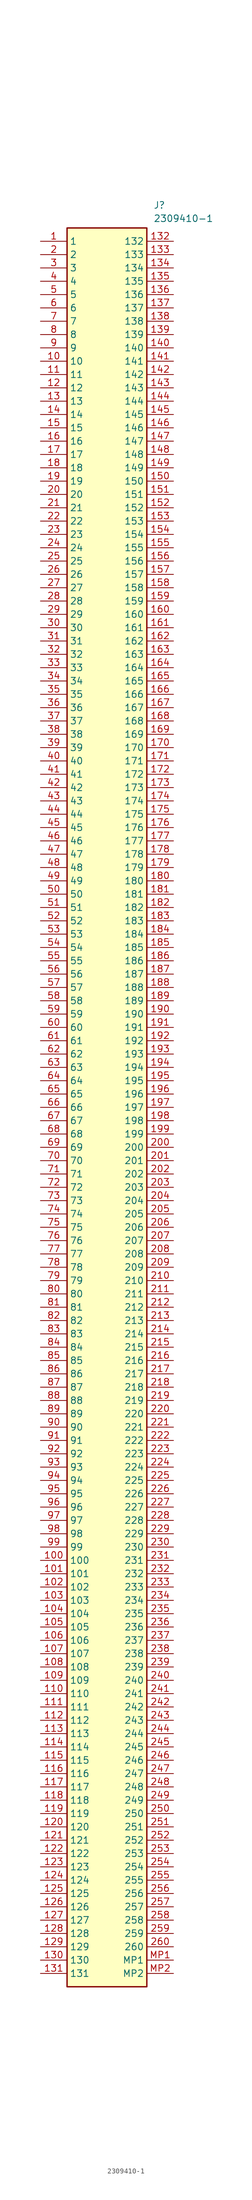
<source format=kicad_sym>
(kicad_symbol_lib
  (version 20241209)
  (generator "kicad_symbol_editor")
  (generator_version "9.0")
  (symbol "2309410-1"
    (property "Reference" "J"
      (at 21.59 7.62 0)
      (effects (font (size 1.27 1.27)) (justify left top)))
    (property "Value" "2309410-1"
      (at 21.59 5.08 0)
      (effects (font (size 1.27 1.27)) (justify left top)))
    (symbol "2309410-1_1_1"
      (rectangle (start 5.08 2.54) (end 20.32 -332.74) (stroke (width 0.254) (type default)) (fill (type background)))
      (pin passive line (at 0 0 0) (length 5.08) (name "1" (effects (font (size 1.27 1.27)))) (number "1" (effects (font (size 1.27 1.27)))))
      (pin passive line (at 0 -2.54 0) (length 5.08) (name "2" (effects (font (size 1.27 1.27)))) (number "2" (effects (font (size 1.27 1.27)))))
      (pin passive line (at 0 -5.08 0) (length 5.08) (name "3" (effects (font (size 1.27 1.27)))) (number "3" (effects (font (size 1.27 1.27)))))
      (pin passive line (at 0 -7.62 0) (length 5.08) (name "4" (effects (font (size 1.27 1.27)))) (number "4" (effects (font (size 1.27 1.27)))))
      (pin passive line (at 0 -10.16 0) (length 5.08) (name "5" (effects (font (size 1.27 1.27)))) (number "5" (effects (font (size 1.27 1.27)))))
      (pin passive line (at 0 -12.7 0) (length 5.08) (name "6" (effects (font (size 1.27 1.27)))) (number "6" (effects (font (size 1.27 1.27)))))
      (pin passive line (at 0 -15.24 0) (length 5.08) (name "7" (effects (font (size 1.27 1.27)))) (number "7" (effects (font (size 1.27 1.27)))))
      (pin passive line (at 0 -17.78 0) (length 5.08) (name "8" (effects (font (size 1.27 1.27)))) (number "8" (effects (font (size 1.27 1.27)))))
      (pin passive line (at 0 -20.32 0) (length 5.08) (name "9" (effects (font (size 1.27 1.27)))) (number "9" (effects (font (size 1.27 1.27)))))
      (pin passive line (at 0 -22.86 0) (length 5.08) (name "10" (effects (font (size 1.27 1.27)))) (number "10" (effects (font (size 1.27 1.27)))))
      (pin passive line (at 0 -25.4 0) (length 5.08) (name "11" (effects (font (size 1.27 1.27)))) (number "11" (effects (font (size 1.27 1.27)))))
      (pin passive line (at 0 -27.94 0) (length 5.08) (name "12" (effects (font (size 1.27 1.27)))) (number "12" (effects (font (size 1.27 1.27)))))
      (pin passive line (at 0 -30.48 0) (length 5.08) (name "13" (effects (font (size 1.27 1.27)))) (number "13" (effects (font (size 1.27 1.27)))))
      (pin passive line (at 0 -33.02 0) (length 5.08) (name "14" (effects (font (size 1.27 1.27)))) (number "14" (effects (font (size 1.27 1.27)))))
      (pin passive line (at 0 -35.56 0) (length 5.08) (name "15" (effects (font (size 1.27 1.27)))) (number "15" (effects (font (size 1.27 1.27)))))
      (pin passive line (at 0 -38.1 0) (length 5.08) (name "16" (effects (font (size 1.27 1.27)))) (number "16" (effects (font (size 1.27 1.27)))))
      (pin passive line (at 0 -40.64 0) (length 5.08) (name "17" (effects (font (size 1.27 1.27)))) (number "17" (effects (font (size 1.27 1.27)))))
      (pin passive line (at 0 -43.18 0) (length 5.08) (name "18" (effects (font (size 1.27 1.27)))) (number "18" (effects (font (size 1.27 1.27)))))
      (pin passive line (at 0 -45.72 0) (length 5.08) (name "19" (effects (font (size 1.27 1.27)))) (number "19" (effects (font (size 1.27 1.27)))))
      (pin passive line (at 0 -48.26 0) (length 5.08) (name "20" (effects (font (size 1.27 1.27)))) (number "20" (effects (font (size 1.27 1.27)))))
      (pin passive line (at 0 -50.8 0) (length 5.08) (name "21" (effects (font (size 1.27 1.27)))) (number "21" (effects (font (size 1.27 1.27)))))
      (pin passive line (at 0 -53.34 0) (length 5.08) (name "22" (effects (font (size 1.27 1.27)))) (number "22" (effects (font (size 1.27 1.27)))))
      (pin passive line (at 0 -55.88 0) (length 5.08) (name "23" (effects (font (size 1.27 1.27)))) (number "23" (effects (font (size 1.27 1.27)))))
      (pin passive line (at 0 -58.42 0) (length 5.08) (name "24" (effects (font (size 1.27 1.27)))) (number "24" (effects (font (size 1.27 1.27)))))
      (pin passive line (at 0 -60.96 0) (length 5.08) (name "25" (effects (font (size 1.27 1.27)))) (number "25" (effects (font (size 1.27 1.27)))))
      (pin passive line (at 0 -63.5 0) (length 5.08) (name "26" (effects (font (size 1.27 1.27)))) (number "26" (effects (font (size 1.27 1.27)))))
      (pin passive line (at 0 -66.04 0) (length 5.08) (name "27" (effects (font (size 1.27 1.27)))) (number "27" (effects (font (size 1.27 1.27)))))
      (pin passive line (at 0 -68.58 0) (length 5.08) (name "28" (effects (font (size 1.27 1.27)))) (number "28" (effects (font (size 1.27 1.27)))))
      (pin passive line (at 0 -71.12 0) (length 5.08) (name "29" (effects (font (size 1.27 1.27)))) (number "29" (effects (font (size 1.27 1.27)))))
      (pin passive line (at 0 -73.66 0) (length 5.08) (name "30" (effects (font (size 1.27 1.27)))) (number "30" (effects (font (size 1.27 1.27)))))
      (pin passive line (at 0 -76.2 0) (length 5.08) (name "31" (effects (font (size 1.27 1.27)))) (number "31" (effects (font (size 1.27 1.27)))))
      (pin passive line (at 0 -78.74 0) (length 5.08) (name "32" (effects (font (size 1.27 1.27)))) (number "32" (effects (font (size 1.27 1.27)))))
      (pin passive line (at 0 -81.28 0) (length 5.08) (name "33" (effects (font (size 1.27 1.27)))) (number "33" (effects (font (size 1.27 1.27)))))
      (pin passive line (at 0 -83.82 0) (length 5.08) (name "34" (effects (font (size 1.27 1.27)))) (number "34" (effects (font (size 1.27 1.27)))))
      (pin passive line (at 0 -86.36 0) (length 5.08) (name "35" (effects (font (size 1.27 1.27)))) (number "35" (effects (font (size 1.27 1.27)))))
      (pin passive line (at 0 -88.9 0) (length 5.08) (name "36" (effects (font (size 1.27 1.27)))) (number "36" (effects (font (size 1.27 1.27)))))
      (pin passive line (at 0 -91.44 0) (length 5.08) (name "37" (effects (font (size 1.27 1.27)))) (number "37" (effects (font (size 1.27 1.27)))))
      (pin passive line (at 0 -93.98 0) (length 5.08) (name "38" (effects (font (size 1.27 1.27)))) (number "38" (effects (font (size 1.27 1.27)))))
      (pin passive line (at 0 -96.52 0) (length 5.08) (name "39" (effects (font (size 1.27 1.27)))) (number "39" (effects (font (size 1.27 1.27)))))
      (pin passive line (at 0 -99.06 0) (length 5.08) (name "40" (effects (font (size 1.27 1.27)))) (number "40" (effects (font (size 1.27 1.27)))))
      (pin passive line (at 0 -101.6 0) (length 5.08) (name "41" (effects (font (size 1.27 1.27)))) (number "41" (effects (font (size 1.27 1.27)))))
      (pin passive line (at 0 -104.14 0) (length 5.08) (name "42" (effects (font (size 1.27 1.27)))) (number "42" (effects (font (size 1.27 1.27)))))
      (pin passive line (at 0 -106.68 0) (length 5.08) (name "43" (effects (font (size 1.27 1.27)))) (number "43" (effects (font (size 1.27 1.27)))))
      (pin passive line (at 0 -109.22 0) (length 5.08) (name "44" (effects (font (size 1.27 1.27)))) (number "44" (effects (font (size 1.27 1.27)))))
      (pin passive line (at 0 -111.76 0) (length 5.08) (name "45" (effects (font (size 1.27 1.27)))) (number "45" (effects (font (size 1.27 1.27)))))
      (pin passive line (at 0 -114.3 0) (length 5.08) (name "46" (effects (font (size 1.27 1.27)))) (number "46" (effects (font (size 1.27 1.27)))))
      (pin passive line (at 0 -116.84 0) (length 5.08) (name "47" (effects (font (size 1.27 1.27)))) (number "47" (effects (font (size 1.27 1.27)))))
      (pin passive line (at 0 -119.38 0) (length 5.08) (name "48" (effects (font (size 1.27 1.27)))) (number "48" (effects (font (size 1.27 1.27)))))
      (pin passive line (at 0 -121.92 0) (length 5.08) (name "49" (effects (font (size 1.27 1.27)))) (number "49" (effects (font (size 1.27 1.27)))))
      (pin passive line (at 0 -124.46 0) (length 5.08) (name "50" (effects (font (size 1.27 1.27)))) (number "50" (effects (font (size 1.27 1.27)))))
      (pin passive line (at 0 -127 0) (length 5.08) (name "51" (effects (font (size 1.27 1.27)))) (number "51" (effects (font (size 1.27 1.27)))))
      (pin passive line (at 0 -129.54 0) (length 5.08) (name "52" (effects (font (size 1.27 1.27)))) (number "52" (effects (font (size 1.27 1.27)))))
      (pin passive line (at 0 -132.08 0) (length 5.08) (name "53" (effects (font (size 1.27 1.27)))) (number "53" (effects (font (size 1.27 1.27)))))
      (pin passive line (at 0 -134.62 0) (length 5.08) (name "54" (effects (font (size 1.27 1.27)))) (number "54" (effects (font (size 1.27 1.27)))))
      (pin passive line (at 0 -137.16 0) (length 5.08) (name "55" (effects (font (size 1.27 1.27)))) (number "55" (effects (font (size 1.27 1.27)))))
      (pin passive line (at 0 -139.7 0) (length 5.08) (name "56" (effects (font (size 1.27 1.27)))) (number "56" (effects (font (size 1.27 1.27)))))
      (pin passive line (at 0 -142.24 0) (length 5.08) (name "57" (effects (font (size 1.27 1.27)))) (number "57" (effects (font (size 1.27 1.27)))))
      (pin passive line (at 0 -144.78 0) (length 5.08) (name "58" (effects (font (size 1.27 1.27)))) (number "58" (effects (font (size 1.27 1.27)))))
      (pin passive line (at 0 -147.32 0) (length 5.08) (name "59" (effects (font (size 1.27 1.27)))) (number "59" (effects (font (size 1.27 1.27)))))
      (pin passive line (at 0 -149.86 0) (length 5.08) (name "60" (effects (font (size 1.27 1.27)))) (number "60" (effects (font (size 1.27 1.27)))))
      (pin passive line (at 0 -152.4 0) (length 5.08) (name "61" (effects (font (size 1.27 1.27)))) (number "61" (effects (font (size 1.27 1.27)))))
      (pin passive line (at 0 -154.94 0) (length 5.08) (name "62" (effects (font (size 1.27 1.27)))) (number "62" (effects (font (size 1.27 1.27)))))
      (pin passive line (at 0 -157.48 0) (length 5.08) (name "63" (effects (font (size 1.27 1.27)))) (number "63" (effects (font (size 1.27 1.27)))))
      (pin passive line (at 0 -160.02 0) (length 5.08) (name "64" (effects (font (size 1.27 1.27)))) (number "64" (effects (font (size 1.27 1.27)))))
      (pin passive line (at 0 -162.56 0) (length 5.08) (name "65" (effects (font (size 1.27 1.27)))) (number "65" (effects (font (size 1.27 1.27)))))
      (pin passive line (at 0 -165.1 0) (length 5.08) (name "66" (effects (font (size 1.27 1.27)))) (number "66" (effects (font (size 1.27 1.27)))))
      (pin passive line (at 0 -167.64 0) (length 5.08) (name "67" (effects (font (size 1.27 1.27)))) (number "67" (effects (font (size 1.27 1.27)))))
      (pin passive line (at 0 -170.18 0) (length 5.08) (name "68" (effects (font (size 1.27 1.27)))) (number "68" (effects (font (size 1.27 1.27)))))
      (pin passive line (at 0 -172.72 0) (length 5.08) (name "69" (effects (font (size 1.27 1.27)))) (number "69" (effects (font (size 1.27 1.27)))))
      (pin passive line (at 0 -175.26 0) (length 5.08) (name "70" (effects (font (size 1.27 1.27)))) (number "70" (effects (font (size 1.27 1.27)))))
      (pin passive line (at 0 -177.8 0) (length 5.08) (name "71" (effects (font (size 1.27 1.27)))) (number "71" (effects (font (size 1.27 1.27)))))
      (pin passive line (at 0 -180.34 0) (length 5.08) (name "72" (effects (font (size 1.27 1.27)))) (number "72" (effects (font (size 1.27 1.27)))))
      (pin passive line (at 0 -182.88 0) (length 5.08) (name "73" (effects (font (size 1.27 1.27)))) (number "73" (effects (font (size 1.27 1.27)))))
      (pin passive line (at 0 -185.42 0) (length 5.08) (name "74" (effects (font (size 1.27 1.27)))) (number "74" (effects (font (size 1.27 1.27)))))
      (pin passive line (at 0 -187.96 0) (length 5.08) (name "75" (effects (font (size 1.27 1.27)))) (number "75" (effects (font (size 1.27 1.27)))))
      (pin passive line (at 0 -190.5 0) (length 5.08) (name "76" (effects (font (size 1.27 1.27)))) (number "76" (effects (font (size 1.27 1.27)))))
      (pin passive line (at 0 -193.04 0) (length 5.08) (name "77" (effects (font (size 1.27 1.27)))) (number "77" (effects (font (size 1.27 1.27)))))
      (pin passive line (at 0 -195.58 0) (length 5.08) (name "78" (effects (font (size 1.27 1.27)))) (number "78" (effects (font (size 1.27 1.27)))))
      (pin passive line (at 0 -198.12 0) (length 5.08) (name "79" (effects (font (size 1.27 1.27)))) (number "79" (effects (font (size 1.27 1.27)))))
      (pin passive line (at 0 -200.66 0) (length 5.08) (name "80" (effects (font (size 1.27 1.27)))) (number "80" (effects (font (size 1.27 1.27)))))
      (pin passive line (at 0 -203.2 0) (length 5.08) (name "81" (effects (font (size 1.27 1.27)))) (number "81" (effects (font (size 1.27 1.27)))))
      (pin passive line (at 0 -205.74 0) (length 5.08) (name "82" (effects (font (size 1.27 1.27)))) (number "82" (effects (font (size 1.27 1.27)))))
      (pin passive line (at 0 -208.28 0) (length 5.08) (name "83" (effects (font (size 1.27 1.27)))) (number "83" (effects (font (size 1.27 1.27)))))
      (pin passive line (at 0 -210.82 0) (length 5.08) (name "84" (effects (font (size 1.27 1.27)))) (number "84" (effects (font (size 1.27 1.27)))))
      (pin passive line (at 0 -213.36 0) (length 5.08) (name "85" (effects (font (size 1.27 1.27)))) (number "85" (effects (font (size 1.27 1.27)))))
      (pin passive line (at 0 -215.9 0) (length 5.08) (name "86" (effects (font (size 1.27 1.27)))) (number "86" (effects (font (size 1.27 1.27)))))
      (pin passive line (at 0 -218.44 0) (length 5.08) (name "87" (effects (font (size 1.27 1.27)))) (number "87" (effects (font (size 1.27 1.27)))))
      (pin passive line (at 0 -220.98 0) (length 5.08) (name "88" (effects (font (size 1.27 1.27)))) (number "88" (effects (font (size 1.27 1.27)))))
      (pin passive line (at 0 -223.52 0) (length 5.08) (name "89" (effects (font (size 1.27 1.27)))) (number "89" (effects (font (size 1.27 1.27)))))
      (pin passive line (at 0 -226.06 0) (length 5.08) (name "90" (effects (font (size 1.27 1.27)))) (number "90" (effects (font (size 1.27 1.27)))))
      (pin passive line (at 0 -228.6 0) (length 5.08) (name "91" (effects (font (size 1.27 1.27)))) (number "91" (effects (font (size 1.27 1.27)))))
      (pin passive line (at 0 -231.14 0) (length 5.08) (name "92" (effects (font (size 1.27 1.27)))) (number "92" (effects (font (size 1.27 1.27)))))
      (pin passive line (at 0 -233.68 0) (length 5.08) (name "93" (effects (font (size 1.27 1.27)))) (number "93" (effects (font (size 1.27 1.27)))))
      (pin passive line (at 0 -236.22 0) (length 5.08) (name "94" (effects (font (size 1.27 1.27)))) (number "94" (effects (font (size 1.27 1.27)))))
      (pin passive line (at 0 -238.76 0) (length 5.08) (name "95" (effects (font (size 1.27 1.27)))) (number "95" (effects (font (size 1.27 1.27)))))
      (pin passive line (at 0 -241.3 0) (length 5.08) (name "96" (effects (font (size 1.27 1.27)))) (number "96" (effects (font (size 1.27 1.27)))))
      (pin passive line (at 0 -243.84 0) (length 5.08) (name "97" (effects (font (size 1.27 1.27)))) (number "97" (effects (font (size 1.27 1.27)))))
      (pin passive line (at 0 -246.38 0) (length 5.08) (name "98" (effects (font (size 1.27 1.27)))) (number "98" (effects (font (size 1.27 1.27)))))
      (pin passive line (at 0 -248.92 0) (length 5.08) (name "99" (effects (font (size 1.27 1.27)))) (number "99" (effects (font (size 1.27 1.27)))))
      (pin passive line (at 0 -251.46 0) (length 5.08) (name "100" (effects (font (size 1.27 1.27)))) (number "100" (effects (font (size 1.27 1.27)))))
      (pin passive line (at 0 -254 0) (length 5.08) (name "101" (effects (font (size 1.27 1.27)))) (number "101" (effects (font (size 1.27 1.27)))))
      (pin passive line (at 0 -256.54 0) (length 5.08) (name "102" (effects (font (size 1.27 1.27)))) (number "102" (effects (font (size 1.27 1.27)))))
      (pin passive line (at 0 -259.08 0) (length 5.08) (name "103" (effects (font (size 1.27 1.27)))) (number "103" (effects (font (size 1.27 1.27)))))
      (pin passive line (at 0 -261.62 0) (length 5.08) (name "104" (effects (font (size 1.27 1.27)))) (number "104" (effects (font (size 1.27 1.27)))))
      (pin passive line (at 0 -264.16 0) (length 5.08) (name "105" (effects (font (size 1.27 1.27)))) (number "105" (effects (font (size 1.27 1.27)))))
      (pin passive line (at 0 -266.7 0) (length 5.08) (name "106" (effects (font (size 1.27 1.27)))) (number "106" (effects (font (size 1.27 1.27)))))
      (pin passive line (at 0 -269.24 0) (length 5.08) (name "107" (effects (font (size 1.27 1.27)))) (number "107" (effects (font (size 1.27 1.27)))))
      (pin passive line (at 0 -271.78 0) (length 5.08) (name "108" (effects (font (size 1.27 1.27)))) (number "108" (effects (font (size 1.27 1.27)))))
      (pin passive line (at 0 -274.32 0) (length 5.08) (name "109" (effects (font (size 1.27 1.27)))) (number "109" (effects (font (size 1.27 1.27)))))
      (pin passive line (at 0 -276.86 0) (length 5.08) (name "110" (effects (font (size 1.27 1.27)))) (number "110" (effects (font (size 1.27 1.27)))))
      (pin passive line (at 0 -279.4 0) (length 5.08) (name "111" (effects (font (size 1.27 1.27)))) (number "111" (effects (font (size 1.27 1.27)))))
      (pin passive line (at 0 -281.94 0) (length 5.08) (name "112" (effects (font (size 1.27 1.27)))) (number "112" (effects (font (size 1.27 1.27)))))
      (pin passive line (at 0 -284.48 0) (length 5.08) (name "113" (effects (font (size 1.27 1.27)))) (number "113" (effects (font (size 1.27 1.27)))))
      (pin passive line (at 0 -287.02 0) (length 5.08) (name "114" (effects (font (size 1.27 1.27)))) (number "114" (effects (font (size 1.27 1.27)))))
      (pin passive line (at 0 -289.56 0) (length 5.08) (name "115" (effects (font (size 1.27 1.27)))) (number "115" (effects (font (size 1.27 1.27)))))
      (pin passive line (at 0 -292.1 0) (length 5.08) (name "116" (effects (font (size 1.27 1.27)))) (number "116" (effects (font (size 1.27 1.27)))))
      (pin passive line (at 0 -294.64 0) (length 5.08) (name "117" (effects (font (size 1.27 1.27)))) (number "117" (effects (font (size 1.27 1.27)))))
      (pin passive line (at 0 -297.18 0) (length 5.08) (name "118" (effects (font (size 1.27 1.27)))) (number "118" (effects (font (size 1.27 1.27)))))
      (pin passive line (at 0 -299.72 0) (length 5.08) (name "119" (effects (font (size 1.27 1.27)))) (number "119" (effects (font (size 1.27 1.27)))))
      (pin passive line (at 0 -302.26 0) (length 5.08) (name "120" (effects (font (size 1.27 1.27)))) (number "120" (effects (font (size 1.27 1.27)))))
      (pin passive line (at 0 -304.8 0) (length 5.08) (name "121" (effects (font (size 1.27 1.27)))) (number "121" (effects (font (size 1.27 1.27)))))
      (pin passive line (at 0 -307.34 0) (length 5.08) (name "122" (effects (font (size 1.27 1.27)))) (number "122" (effects (font (size 1.27 1.27)))))
      (pin passive line (at 0 -309.88 0) (length 5.08) (name "123" (effects (font (size 1.27 1.27)))) (number "123" (effects (font (size 1.27 1.27)))))
      (pin passive line (at 0 -312.42 0) (length 5.08) (name "124" (effects (font (size 1.27 1.27)))) (number "124" (effects (font (size 1.27 1.27)))))
      (pin passive line (at 0 -314.96 0) (length 5.08) (name "125" (effects (font (size 1.27 1.27)))) (number "125" (effects (font (size 1.27 1.27)))))
      (pin passive line (at 0 -317.5 0) (length 5.08) (name "126" (effects (font (size 1.27 1.27)))) (number "126" (effects (font (size 1.27 1.27)))))
      (pin passive line (at 0 -320.04 0) (length 5.08) (name "127" (effects (font (size 1.27 1.27)))) (number "127" (effects (font (size 1.27 1.27)))))
      (pin passive line (at 0 -322.58 0) (length 5.08) (name "128" (effects (font (size 1.27 1.27)))) (number "128" (effects (font (size 1.27 1.27)))))
      (pin passive line (at 0 -325.12 0) (length 5.08) (name "129" (effects (font (size 1.27 1.27)))) (number "129" (effects (font (size 1.27 1.27)))))
      (pin passive line (at 0 -327.66 0) (length 5.08) (name "130" (effects (font (size 1.27 1.27)))) (number "130" (effects (font (size 1.27 1.27)))))
      (pin passive line (at 0 -330.2 0) (length 5.08) (name "131" (effects (font (size 1.27 1.27)))) (number "131" (effects (font (size 1.27 1.27)))))
      (pin passive line (at 25.4 0 180) (length 5.08) (name "132" (effects (font (size 1.27 1.27)))) (number "132" (effects (font (size 1.27 1.27)))))
      (pin passive line (at 25.4 -2.54 180) (length 5.08) (name "133" (effects (font (size 1.27 1.27)))) (number "133" (effects (font (size 1.27 1.27)))))
      (pin passive line (at 25.4 -5.08 180) (length 5.08) (name "134" (effects (font (size 1.27 1.27)))) (number "134" (effects (font (size 1.27 1.27)))))
      (pin passive line (at 25.4 -7.62 180) (length 5.08) (name "135" (effects (font (size 1.27 1.27)))) (number "135" (effects (font (size 1.27 1.27)))))
      (pin passive line (at 25.4 -10.16 180) (length 5.08) (name "136" (effects (font (size 1.27 1.27)))) (number "136" (effects (font (size 1.27 1.27)))))
      (pin passive line (at 25.4 -12.7 180) (length 5.08) (name "137" (effects (font (size 1.27 1.27)))) (number "137" (effects (font (size 1.27 1.27)))))
      (pin passive line (at 25.4 -15.24 180) (length 5.08) (name "138" (effects (font (size 1.27 1.27)))) (number "138" (effects (font (size 1.27 1.27)))))
      (pin passive line (at 25.4 -17.78 180) (length 5.08) (name "139" (effects (font (size 1.27 1.27)))) (number "139" (effects (font (size 1.27 1.27)))))
      (pin passive line (at 25.4 -20.32 180) (length 5.08) (name "140" (effects (font (size 1.27 1.27)))) (number "140" (effects (font (size 1.27 1.27)))))
      (pin passive line (at 25.4 -22.86 180) (length 5.08) (name "141" (effects (font (size 1.27 1.27)))) (number "141" (effects (font (size 1.27 1.27)))))
      (pin passive line (at 25.4 -25.4 180) (length 5.08) (name "142" (effects (font (size 1.27 1.27)))) (number "142" (effects (font (size 1.27 1.27)))))
      (pin passive line (at 25.4 -27.94 180) (length 5.08) (name "143" (effects (font (size 1.27 1.27)))) (number "143" (effects (font (size 1.27 1.27)))))
      (pin passive line (at 25.4 -30.48 180) (length 5.08) (name "144" (effects (font (size 1.27 1.27)))) (number "144" (effects (font (size 1.27 1.27)))))
      (pin passive line (at 25.4 -33.02 180) (length 5.08) (name "145" (effects (font (size 1.27 1.27)))) (number "145" (effects (font (size 1.27 1.27)))))
      (pin passive line (at 25.4 -35.56 180) (length 5.08) (name "146" (effects (font (size 1.27 1.27)))) (number "146" (effects (font (size 1.27 1.27)))))
      (pin passive line (at 25.4 -38.1 180) (length 5.08) (name "147" (effects (font (size 1.27 1.27)))) (number "147" (effects (font (size 1.27 1.27)))))
      (pin passive line (at 25.4 -40.64 180) (length 5.08) (name "148" (effects (font (size 1.27 1.27)))) (number "148" (effects (font (size 1.27 1.27)))))
      (pin passive line (at 25.4 -43.18 180) (length 5.08) (name "149" (effects (font (size 1.27 1.27)))) (number "149" (effects (font (size 1.27 1.27)))))
      (pin passive line (at 25.4 -45.72 180) (length 5.08) (name "150" (effects (font (size 1.27 1.27)))) (number "150" (effects (font (size 1.27 1.27)))))
      (pin passive line (at 25.4 -48.26 180) (length 5.08) (name "151" (effects (font (size 1.27 1.27)))) (number "151" (effects (font (size 1.27 1.27)))))
      (pin passive line (at 25.4 -50.8 180) (length 5.08) (name "152" (effects (font (size 1.27 1.27)))) (number "152" (effects (font (size 1.27 1.27)))))
      (pin passive line (at 25.4 -53.34 180) (length 5.08) (name "153" (effects (font (size 1.27 1.27)))) (number "153" (effects (font (size 1.27 1.27)))))
      (pin passive line (at 25.4 -55.88 180) (length 5.08) (name "154" (effects (font (size 1.27 1.27)))) (number "154" (effects (font (size 1.27 1.27)))))
      (pin passive line (at 25.4 -58.42 180) (length 5.08) (name "155" (effects (font (size 1.27 1.27)))) (number "155" (effects (font (size 1.27 1.27)))))
      (pin passive line (at 25.4 -60.96 180) (length 5.08) (name "156" (effects (font (size 1.27 1.27)))) (number "156" (effects (font (size 1.27 1.27)))))
      (pin passive line (at 25.4 -63.5 180) (length 5.08) (name "157" (effects (font (size 1.27 1.27)))) (number "157" (effects (font (size 1.27 1.27)))))
      (pin passive line (at 25.4 -66.04 180) (length 5.08) (name "158" (effects (font (size 1.27 1.27)))) (number "158" (effects (font (size 1.27 1.27)))))
      (pin passive line (at 25.4 -68.58 180) (length 5.08) (name "159" (effects (font (size 1.27 1.27)))) (number "159" (effects (font (size 1.27 1.27)))))
      (pin passive line (at 25.4 -71.12 180) (length 5.08) (name "160" (effects (font (size 1.27 1.27)))) (number "160" (effects (font (size 1.27 1.27)))))
      (pin passive line (at 25.4 -73.66 180) (length 5.08) (name "161" (effects (font (size 1.27 1.27)))) (number "161" (effects (font (size 1.27 1.27)))))
      (pin passive line (at 25.4 -76.2 180) (length 5.08) (name "162" (effects (font (size 1.27 1.27)))) (number "162" (effects (font (size 1.27 1.27)))))
      (pin passive line (at 25.4 -78.74 180) (length 5.08) (name "163" (effects (font (size 1.27 1.27)))) (number "163" (effects (font (size 1.27 1.27)))))
      (pin passive line (at 25.4 -81.28 180) (length 5.08) (name "164" (effects (font (size 1.27 1.27)))) (number "164" (effects (font (size 1.27 1.27)))))
      (pin passive line (at 25.4 -83.82 180) (length 5.08) (name "165" (effects (font (size 1.27 1.27)))) (number "165" (effects (font (size 1.27 1.27)))))
      (pin passive line (at 25.4 -86.36 180) (length 5.08) (name "166" (effects (font (size 1.27 1.27)))) (number "166" (effects (font (size 1.27 1.27)))))
      (pin passive line (at 25.4 -88.9 180) (length 5.08) (name "167" (effects (font (size 1.27 1.27)))) (number "167" (effects (font (size 1.27 1.27)))))
      (pin passive line (at 25.4 -91.44 180) (length 5.08) (name "168" (effects (font (size 1.27 1.27)))) (number "168" (effects (font (size 1.27 1.27)))))
      (pin passive line (at 25.4 -93.98 180) (length 5.08) (name "169" (effects (font (size 1.27 1.27)))) (number "169" (effects (font (size 1.27 1.27)))))
      (pin passive line (at 25.4 -96.52 180) (length 5.08) (name "170" (effects (font (size 1.27 1.27)))) (number "170" (effects (font (size 1.27 1.27)))))
      (pin passive line (at 25.4 -99.06 180) (length 5.08) (name "171" (effects (font (size 1.27 1.27)))) (number "171" (effects (font (size 1.27 1.27)))))
      (pin passive line (at 25.4 -101.6 180) (length 5.08) (name "172" (effects (font (size 1.27 1.27)))) (number "172" (effects (font (size 1.27 1.27)))))
      (pin passive line (at 25.4 -104.14 180) (length 5.08) (name "173" (effects (font (size 1.27 1.27)))) (number "173" (effects (font (size 1.27 1.27)))))
      (pin passive line (at 25.4 -106.68 180) (length 5.08) (name "174" (effects (font (size 1.27 1.27)))) (number "174" (effects (font (size 1.27 1.27)))))
      (pin passive line (at 25.4 -109.22 180) (length 5.08) (name "175" (effects (font (size 1.27 1.27)))) (number "175" (effects (font (size 1.27 1.27)))))
      (pin passive line (at 25.4 -111.76 180) (length 5.08) (name "176" (effects (font (size 1.27 1.27)))) (number "176" (effects (font (size 1.27 1.27)))))
      (pin passive line (at 25.4 -114.3 180) (length 5.08) (name "177" (effects (font (size 1.27 1.27)))) (number "177" (effects (font (size 1.27 1.27)))))
      (pin passive line (at 25.4 -116.84 180) (length 5.08) (name "178" (effects (font (size 1.27 1.27)))) (number "178" (effects (font (size 1.27 1.27)))))
      (pin passive line (at 25.4 -119.38 180) (length 5.08) (name "179" (effects (font (size 1.27 1.27)))) (number "179" (effects (font (size 1.27 1.27)))))
      (pin passive line (at 25.4 -121.92 180) (length 5.08) (name "180" (effects (font (size 1.27 1.27)))) (number "180" (effects (font (size 1.27 1.27)))))
      (pin passive line (at 25.4 -124.46 180) (length 5.08) (name "181" (effects (font (size 1.27 1.27)))) (number "181" (effects (font (size 1.27 1.27)))))
      (pin passive line (at 25.4 -127 180) (length 5.08) (name "182" (effects (font (size 1.27 1.27)))) (number "182" (effects (font (size 1.27 1.27)))))
      (pin passive line (at 25.4 -129.54 180) (length 5.08) (name "183" (effects (font (size 1.27 1.27)))) (number "183" (effects (font (size 1.27 1.27)))))
      (pin passive line (at 25.4 -132.08 180) (length 5.08) (name "184" (effects (font (size 1.27 1.27)))) (number "184" (effects (font (size 1.27 1.27)))))
      (pin passive line (at 25.4 -134.62 180) (length 5.08) (name "185" (effects (font (size 1.27 1.27)))) (number "185" (effects (font (size 1.27 1.27)))))
      (pin passive line (at 25.4 -137.16 180) (length 5.08) (name "186" (effects (font (size 1.27 1.27)))) (number "186" (effects (font (size 1.27 1.27)))))
      (pin passive line (at 25.4 -139.7 180) (length 5.08) (name "187" (effects (font (size 1.27 1.27)))) (number "187" (effects (font (size 1.27 1.27)))))
      (pin passive line (at 25.4 -142.24 180) (length 5.08) (name "188" (effects (font (size 1.27 1.27)))) (number "188" (effects (font (size 1.27 1.27)))))
      (pin passive line (at 25.4 -144.78 180) (length 5.08) (name "189" (effects (font (size 1.27 1.27)))) (number "189" (effects (font (size 1.27 1.27)))))
      (pin passive line (at 25.4 -147.32 180) (length 5.08) (name "190" (effects (font (size 1.27 1.27)))) (number "190" (effects (font (size 1.27 1.27)))))
      (pin passive line (at 25.4 -149.86 180) (length 5.08) (name "191" (effects (font (size 1.27 1.27)))) (number "191" (effects (font (size 1.27 1.27)))))
      (pin passive line (at 25.4 -152.4 180) (length 5.08) (name "192" (effects (font (size 1.27 1.27)))) (number "192" (effects (font (size 1.27 1.27)))))
      (pin passive line (at 25.4 -154.94 180) (length 5.08) (name "193" (effects (font (size 1.27 1.27)))) (number "193" (effects (font (size 1.27 1.27)))))
      (pin passive line (at 25.4 -157.48 180) (length 5.08) (name "194" (effects (font (size 1.27 1.27)))) (number "194" (effects (font (size 1.27 1.27)))))
      (pin passive line (at 25.4 -160.02 180) (length 5.08) (name "195" (effects (font (size 1.27 1.27)))) (number "195" (effects (font (size 1.27 1.27)))))
      (pin passive line (at 25.4 -162.56 180) (length 5.08) (name "196" (effects (font (size 1.27 1.27)))) (number "196" (effects (font (size 1.27 1.27)))))
      (pin passive line (at 25.4 -165.1 180) (length 5.08) (name "197" (effects (font (size 1.27 1.27)))) (number "197" (effects (font (size 1.27 1.27)))))
      (pin passive line (at 25.4 -167.64 180) (length 5.08) (name "198" (effects (font (size 1.27 1.27)))) (number "198" (effects (font (size 1.27 1.27)))))
      (pin passive line (at 25.4 -170.18 180) (length 5.08) (name "199" (effects (font (size 1.27 1.27)))) (number "199" (effects (font (size 1.27 1.27)))))
      (pin passive line (at 25.4 -172.72 180) (length 5.08) (name "200" (effects (font (size 1.27 1.27)))) (number "200" (effects (font (size 1.27 1.27)))))
      (pin passive line (at 25.4 -175.26 180) (length 5.08) (name "201" (effects (font (size 1.27 1.27)))) (number "201" (effects (font (size 1.27 1.27)))))
      (pin passive line (at 25.4 -177.8 180) (length 5.08) (name "202" (effects (font (size 1.27 1.27)))) (number "202" (effects (font (size 1.27 1.27)))))
      (pin passive line (at 25.4 -180.34 180) (length 5.08) (name "203" (effects (font (size 1.27 1.27)))) (number "203" (effects (font (size 1.27 1.27)))))
      (pin passive line (at 25.4 -182.88 180) (length 5.08) (name "204" (effects (font (size 1.27 1.27)))) (number "204" (effects (font (size 1.27 1.27)))))
      (pin passive line (at 25.4 -185.42 180) (length 5.08) (name "205" (effects (font (size 1.27 1.27)))) (number "205" (effects (font (size 1.27 1.27)))))
      (pin passive line (at 25.4 -187.96 180) (length 5.08) (name "206" (effects (font (size 1.27 1.27)))) (number "206" (effects (font (size 1.27 1.27)))))
      (pin passive line (at 25.4 -190.5 180) (length 5.08) (name "207" (effects (font (size 1.27 1.27)))) (number "207" (effects (font (size 1.27 1.27)))))
      (pin passive line (at 25.4 -193.04 180) (length 5.08) (name "208" (effects (font (size 1.27 1.27)))) (number "208" (effects (font (size 1.27 1.27)))))
      (pin passive line (at 25.4 -195.58 180) (length 5.08) (name "209" (effects (font (size 1.27 1.27)))) (number "209" (effects (font (size 1.27 1.27)))))
      (pin passive line (at 25.4 -198.12 180) (length 5.08) (name "210" (effects (font (size 1.27 1.27)))) (number "210" (effects (font (size 1.27 1.27)))))
      (pin passive line (at 25.4 -200.66 180) (length 5.08) (name "211" (effects (font (size 1.27 1.27)))) (number "211" (effects (font (size 1.27 1.27)))))
      (pin passive line (at 25.4 -203.2 180) (length 5.08) (name "212" (effects (font (size 1.27 1.27)))) (number "212" (effects (font (size 1.27 1.27)))))
      (pin passive line (at 25.4 -205.74 180) (length 5.08) (name "213" (effects (font (size 1.27 1.27)))) (number "213" (effects (font (size 1.27 1.27)))))
      (pin passive line (at 25.4 -208.28 180) (length 5.08) (name "214" (effects (font (size 1.27 1.27)))) (number "214" (effects (font (size 1.27 1.27)))))
      (pin passive line (at 25.4 -210.82 180) (length 5.08) (name "215" (effects (font (size 1.27 1.27)))) (number "215" (effects (font (size 1.27 1.27)))))
      (pin passive line (at 25.4 -213.36 180) (length 5.08) (name "216" (effects (font (size 1.27 1.27)))) (number "216" (effects (font (size 1.27 1.27)))))
      (pin passive line (at 25.4 -215.9 180) (length 5.08) (name "217" (effects (font (size 1.27 1.27)))) (number "217" (effects (font (size 1.27 1.27)))))
      (pin passive line (at 25.4 -218.44 180) (length 5.08) (name "218" (effects (font (size 1.27 1.27)))) (number "218" (effects (font (size 1.27 1.27)))))
      (pin passive line (at 25.4 -220.98 180) (length 5.08) (name "219" (effects (font (size 1.27 1.27)))) (number "219" (effects (font (size 1.27 1.27)))))
      (pin passive line (at 25.4 -223.52 180) (length 5.08) (name "220" (effects (font (size 1.27 1.27)))) (number "220" (effects (font (size 1.27 1.27)))))
      (pin passive line (at 25.4 -226.06 180) (length 5.08) (name "221" (effects (font (size 1.27 1.27)))) (number "221" (effects (font (size 1.27 1.27)))))
      (pin passive line (at 25.4 -228.6 180) (length 5.08) (name "222" (effects (font (size 1.27 1.27)))) (number "222" (effects (font (size 1.27 1.27)))))
      (pin passive line (at 25.4 -231.14 180) (length 5.08) (name "223" (effects (font (size 1.27 1.27)))) (number "223" (effects (font (size 1.27 1.27)))))
      (pin passive line (at 25.4 -233.68 180) (length 5.08) (name "224" (effects (font (size 1.27 1.27)))) (number "224" (effects (font (size 1.27 1.27)))))
      (pin passive line (at 25.4 -236.22 180) (length 5.08) (name "225" (effects (font (size 1.27 1.27)))) (number "225" (effects (font (size 1.27 1.27)))))
      (pin passive line (at 25.4 -238.76 180) (length 5.08) (name "226" (effects (font (size 1.27 1.27)))) (number "226" (effects (font (size 1.27 1.27)))))
      (pin passive line (at 25.4 -241.3 180) (length 5.08) (name "227" (effects (font (size 1.27 1.27)))) (number "227" (effects (font (size 1.27 1.27)))))
      (pin passive line (at 25.4 -243.84 180) (length 5.08) (name "228" (effects (font (size 1.27 1.27)))) (number "228" (effects (font (size 1.27 1.27)))))
      (pin passive line (at 25.4 -246.38 180) (length 5.08) (name "229" (effects (font (size 1.27 1.27)))) (number "229" (effects (font (size 1.27 1.27)))))
      (pin passive line (at 25.4 -248.92 180) (length 5.08) (name "230" (effects (font (size 1.27 1.27)))) (number "230" (effects (font (size 1.27 1.27)))))
      (pin passive line (at 25.4 -251.46 180) (length 5.08) (name "231" (effects (font (size 1.27 1.27)))) (number "231" (effects (font (size 1.27 1.27)))))
      (pin passive line (at 25.4 -254 180) (length 5.08) (name "232" (effects (font (size 1.27 1.27)))) (number "232" (effects (font (size 1.27 1.27)))))
      (pin passive line (at 25.4 -256.54 180) (length 5.08) (name "233" (effects (font (size 1.27 1.27)))) (number "233" (effects (font (size 1.27 1.27)))))
      (pin passive line (at 25.4 -259.08 180) (length 5.08) (name "234" (effects (font (size 1.27 1.27)))) (number "234" (effects (font (size 1.27 1.27)))))
      (pin passive line (at 25.4 -261.62 180) (length 5.08) (name "235" (effects (font (size 1.27 1.27)))) (number "235" (effects (font (size 1.27 1.27)))))
      (pin passive line (at 25.4 -264.16 180) (length 5.08) (name "236" (effects (font (size 1.27 1.27)))) (number "236" (effects (font (size 1.27 1.27)))))
      (pin passive line (at 25.4 -266.7 180) (length 5.08) (name "237" (effects (font (size 1.27 1.27)))) (number "237" (effects (font (size 1.27 1.27)))))
      (pin passive line (at 25.4 -269.24 180) (length 5.08) (name "238" (effects (font (size 1.27 1.27)))) (number "238" (effects (font (size 1.27 1.27)))))
      (pin passive line (at 25.4 -271.78 180) (length 5.08) (name "239" (effects (font (size 1.27 1.27)))) (number "239" (effects (font (size 1.27 1.27)))))
      (pin passive line (at 25.4 -274.32 180) (length 5.08) (name "240" (effects (font (size 1.27 1.27)))) (number "240" (effects (font (size 1.27 1.27)))))
      (pin passive line (at 25.4 -276.86 180) (length 5.08) (name "241" (effects (font (size 1.27 1.27)))) (number "241" (effects (font (size 1.27 1.27)))))
      (pin passive line (at 25.4 -279.4 180) (length 5.08) (name "242" (effects (font (size 1.27 1.27)))) (number "242" (effects (font (size 1.27 1.27)))))
      (pin passive line (at 25.4 -281.94 180) (length 5.08) (name "243" (effects (font (size 1.27 1.27)))) (number "243" (effects (font (size 1.27 1.27)))))
      (pin passive line (at 25.4 -284.48 180) (length 5.08) (name "244" (effects (font (size 1.27 1.27)))) (number "244" (effects (font (size 1.27 1.27)))))
      (pin passive line (at 25.4 -287.02 180) (length 5.08) (name "245" (effects (font (size 1.27 1.27)))) (number "245" (effects (font (size 1.27 1.27)))))
      (pin passive line (at 25.4 -289.56 180) (length 5.08) (name "246" (effects (font (size 1.27 1.27)))) (number "246" (effects (font (size 1.27 1.27)))))
      (pin passive line (at 25.4 -292.1 180) (length 5.08) (name "247" (effects (font (size 1.27 1.27)))) (number "247" (effects (font (size 1.27 1.27)))))
      (pin passive line (at 25.4 -294.64 180) (length 5.08) (name "248" (effects (font (size 1.27 1.27)))) (number "248" (effects (font (size 1.27 1.27)))))
      (pin passive line (at 25.4 -297.18 180) (length 5.08) (name "249" (effects (font (size 1.27 1.27)))) (number "249" (effects (font (size 1.27 1.27)))))
      (pin passive line (at 25.4 -299.72 180) (length 5.08) (name "250" (effects (font (size 1.27 1.27)))) (number "250" (effects (font (size 1.27 1.27)))))
      (pin passive line (at 25.4 -302.26 180) (length 5.08) (name "251" (effects (font (size 1.27 1.27)))) (number "251" (effects (font (size 1.27 1.27)))))
      (pin passive line (at 25.4 -304.8 180) (length 5.08) (name "252" (effects (font (size 1.27 1.27)))) (number "252" (effects (font (size 1.27 1.27)))))
      (pin passive line (at 25.4 -307.34 180) (length 5.08) (name "253" (effects (font (size 1.27 1.27)))) (number "253" (effects (font (size 1.27 1.27)))))
      (pin passive line (at 25.4 -309.88 180) (length 5.08) (name "254" (effects (font (size 1.27 1.27)))) (number "254" (effects (font (size 1.27 1.27)))))
      (pin passive line (at 25.4 -312.42 180) (length 5.08) (name "255" (effects (font (size 1.27 1.27)))) (number "255" (effects (font (size 1.27 1.27)))))
      (pin passive line (at 25.4 -314.96 180) (length 5.08) (name "256" (effects (font (size 1.27 1.27)))) (number "256" (effects (font (size 1.27 1.27)))))
      (pin passive line (at 25.4 -317.5 180) (length 5.08) (name "257" (effects (font (size 1.27 1.27)))) (number "257" (effects (font (size 1.27 1.27)))))
      (pin passive line (at 25.4 -320.04 180) (length 5.08) (name "258" (effects (font (size 1.27 1.27)))) (number "258" (effects (font (size 1.27 1.27)))))
      (pin passive line (at 25.4 -322.58 180) (length 5.08) (name "259" (effects (font (size 1.27 1.27)))) (number "259" (effects (font (size 1.27 1.27)))))
      (pin passive line (at 25.4 -325.12 180) (length 5.08) (name "260" (effects (font (size 1.27 1.27)))) (number "260" (effects (font (size 1.27 1.27)))))
      (pin passive line (at 25.4 -327.66 180) (length 5.08) (name "MP1" (effects (font (size 1.27 1.27)))) (number "MP1" (effects (font (size 1.27 1.27)))))
      (pin passive line (at 25.4 -330.2 180) (length 5.08) (name "MP2" (effects (font (size 1.27 1.27)))) (number "MP2" (effects (font (size 1.27 1.27))))))))
</source>
